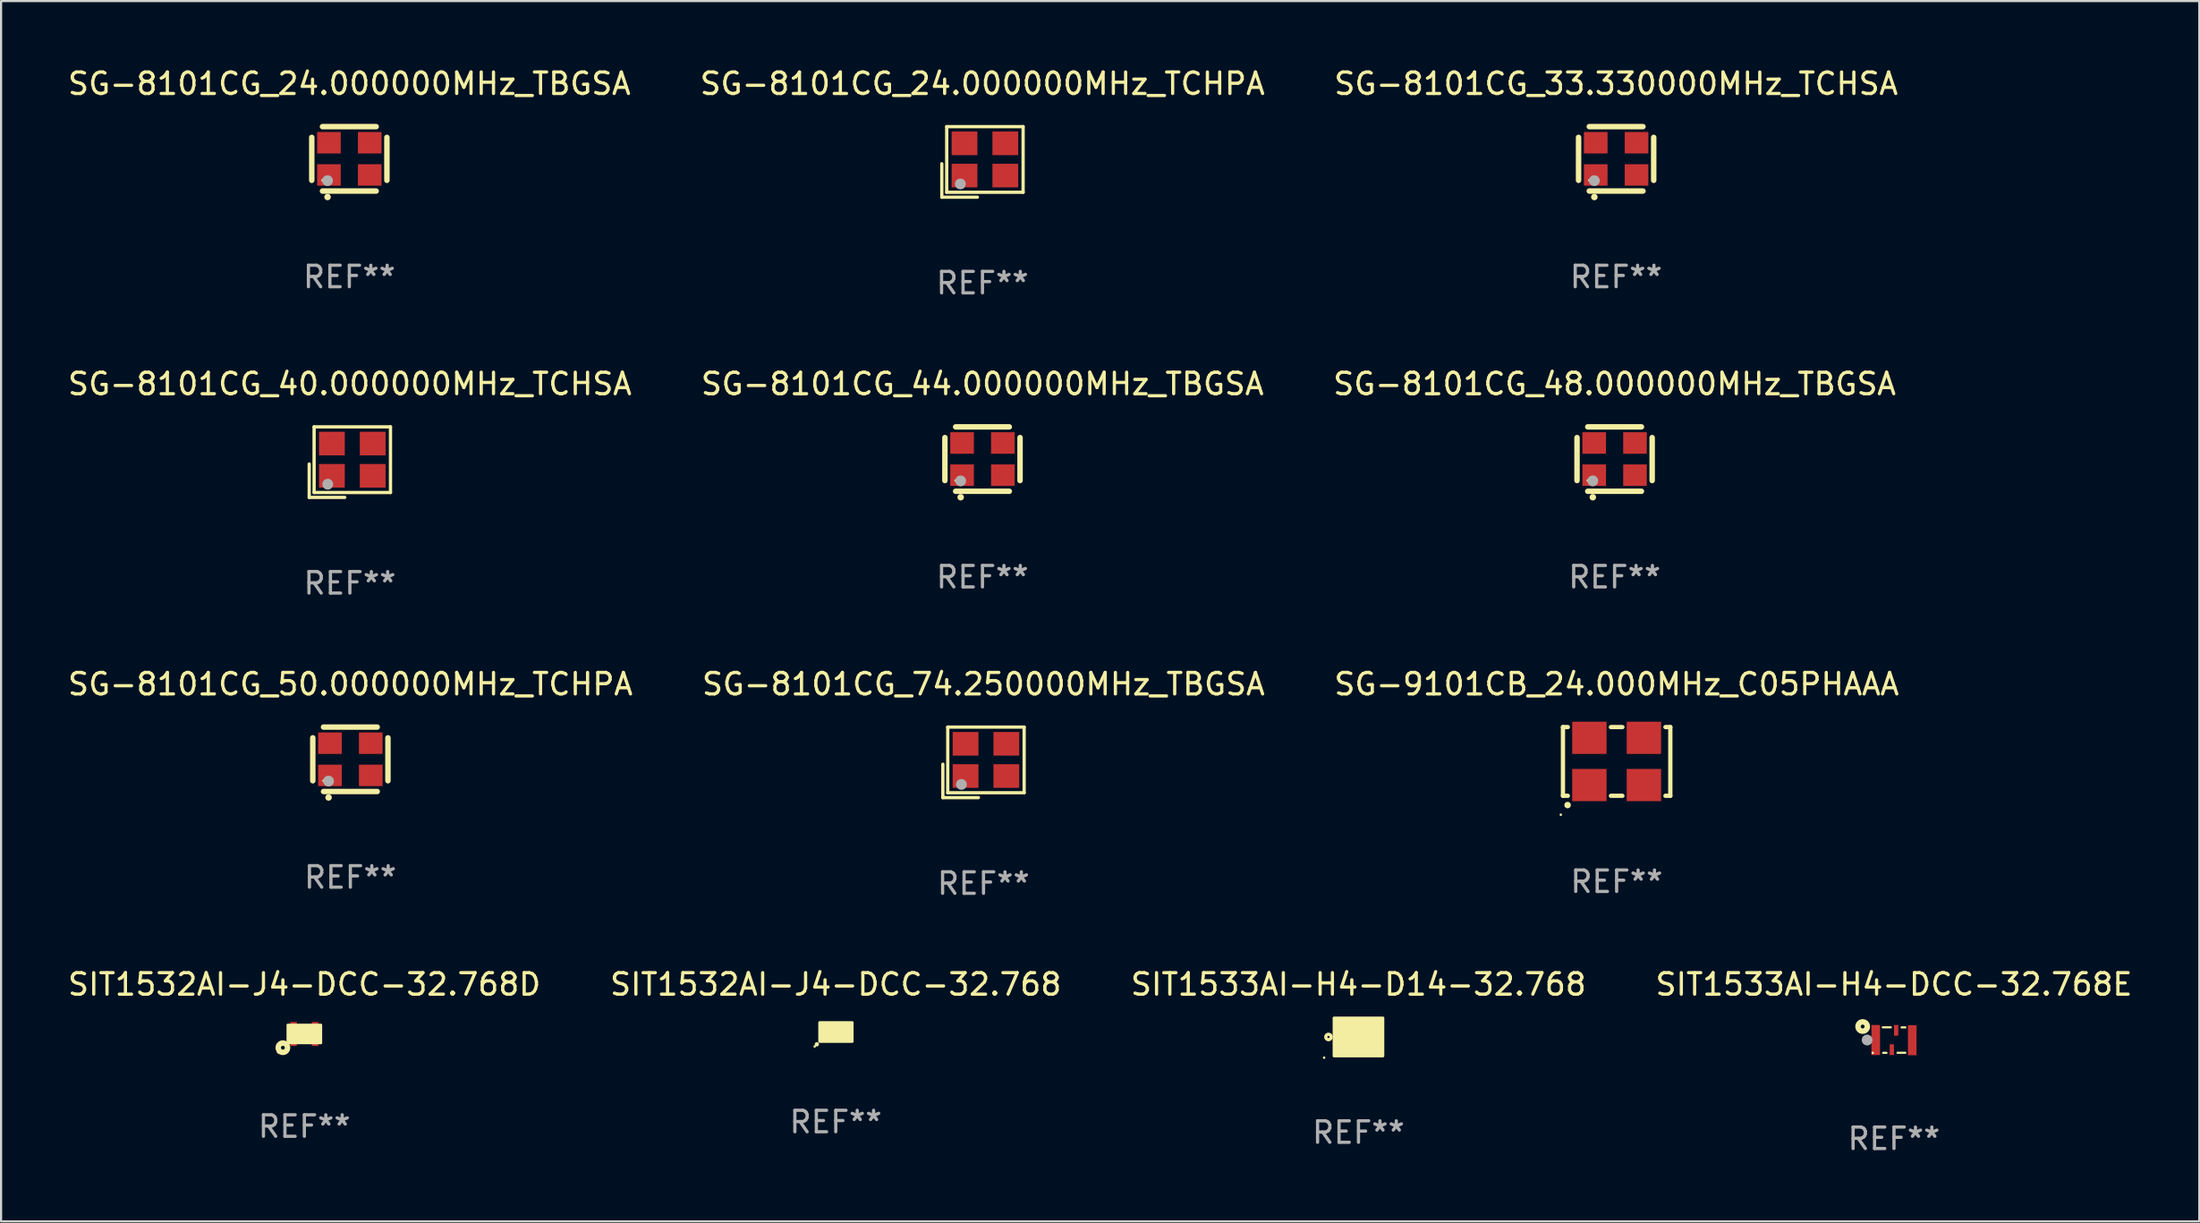
<source format=kicad_pcb>
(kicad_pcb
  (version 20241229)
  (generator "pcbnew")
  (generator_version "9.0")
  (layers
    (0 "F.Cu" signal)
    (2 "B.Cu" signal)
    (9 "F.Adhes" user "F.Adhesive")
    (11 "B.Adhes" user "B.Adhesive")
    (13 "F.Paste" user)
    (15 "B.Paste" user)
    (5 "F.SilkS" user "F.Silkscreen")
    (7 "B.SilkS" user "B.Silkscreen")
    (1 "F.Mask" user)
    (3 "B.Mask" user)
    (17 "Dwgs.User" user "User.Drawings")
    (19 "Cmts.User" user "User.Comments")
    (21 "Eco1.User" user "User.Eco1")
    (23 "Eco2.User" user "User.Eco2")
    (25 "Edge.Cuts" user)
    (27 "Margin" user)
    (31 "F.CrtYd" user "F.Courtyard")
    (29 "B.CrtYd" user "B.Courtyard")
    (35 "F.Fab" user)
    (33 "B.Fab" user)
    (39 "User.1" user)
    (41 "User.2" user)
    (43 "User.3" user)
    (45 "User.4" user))
  (footprint "SG-8101CG_24.000000MHz_TBGSA"
    (layer "F.Cu")
    (at 13.22 4.348)
    (property "Reference" "SG-8101CG_24.000000MHz_TBGSA" (at 0 -3.5 0) (layer "F.SilkS") (effects (font (size 1 1) (thickness 0.15))))
    (attr through_hole)
    (fp_line (start -1.75 -1) (end -1.75 1) (stroke (width 0.254) (type solid)) (layer "F.SilkS"))
    (fp_line (start -1.25 -1.5) (end 1.25 -1.5) (stroke (width 0.254) (type solid)) (layer "F.SilkS"))
    (fp_line (start -1.25 1.5) (end 1.25 1.5) (stroke (width 0.254) (type solid)) (layer "F.SilkS"))
    (fp_line (start 1.75 -1) (end 1.75 1) (stroke (width 0.254) (type solid)) (layer "F.SilkS"))
    (fp_arc (start -1.016002 1.778004) (mid -1.014732 1.777999) (end -1.013462 1.778004) (stroke (width 0.3) (type solid)) (layer "F.SilkS"))
    (fp_circle (center -1.25 1) (end -1.22 1) (stroke (width 0.06) (type solid)) (fill no) (layer "F.SilkS"))
    (fp_circle (center -1.016 1.016) (end -0.889 1.016) (stroke (width 0.254) (type solid)) (fill no) (layer "F.Fab"))
    (fp_text user "REF**" (at 0 5.5 0) (layer "F.Fab") (effects (font (size 1 1) (thickness 0.15))))
    (pad "1" smd rect (at -0.95 0.75) (size 1.1 1) (layers "F.Cu" "F.Mask" "F.Paste"))
    (pad "2" smd rect (at 0.95 0.75) (size 1.1 1) (layers "F.Cu" "F.Mask" "F.Paste"))
    (pad "3" smd rect (at 0.95 -0.75) (size 1.1 1) (layers "F.Cu" "F.Mask" "F.Paste"))
    (pad "4" smd rect (at -0.95 -0.75) (size 1.1 1) (layers "F.Cu" "F.Mask" "F.Paste")))
  (footprint "SG-8101CG_50.000000MHz_TCHPA"
    (layer "F.Cu")
    (at 13.268 32.314)
    (property "Reference" "SG-8101CG_50.000000MHz_TCHPA" (at 0 -3.5 0) (layer "F.SilkS") (effects (font (size 1 1) (thickness 0.15))))
    (attr through_hole)
    (fp_line (start -1.75 -1) (end -1.75 1) (stroke (width 0.254) (type solid)) (layer "F.SilkS"))
    (fp_line (start -1.25 -1.5) (end 1.25 -1.5) (stroke (width 0.254) (type solid)) (layer "F.SilkS"))
    (fp_line (start -1.25 1.5) (end 1.25 1.5) (stroke (width 0.254) (type solid)) (layer "F.SilkS"))
    (fp_line (start 1.75 -1) (end 1.75 1) (stroke (width 0.254) (type solid)) (layer "F.SilkS"))
    (fp_arc (start -1.016002 1.778004) (mid -1.014732 1.777999) (end -1.013462 1.778004) (stroke (width 0.3) (type solid)) (layer "F.SilkS"))
    (fp_circle (center -1.25 1) (end -1.22 1) (stroke (width 0.06) (type solid)) (fill no) (layer "F.SilkS"))
    (fp_circle (center -1.016 1.016) (end -0.889 1.016) (stroke (width 0.254) (type solid)) (fill no) (layer "F.Fab"))
    (fp_text user "REF**" (at 0 5.5 0) (layer "F.Fab") (effects (font (size 1 1) (thickness 0.15))))
    (pad "1" smd rect (at -0.95 0.75) (size 1.1 1) (layers "F.Cu" "F.Mask" "F.Paste"))
    (pad "2" smd rect (at 0.95 0.75) (size 1.1 1) (layers "F.Cu" "F.Mask" "F.Paste"))
    (pad "3" smd rect (at 0.95 -0.75) (size 1.1 1) (layers "F.Cu" "F.Mask" "F.Paste"))
    (pad "4" smd rect (at -0.95 -0.75) (size 1.1 1) (layers "F.Cu" "F.Mask" "F.Paste")))
  (footprint "SG-8101CG_74.250000MHz_TBGSA"
    (layer "F.Cu")
    (at 42.756 32.457)
    (property "Reference" "SG-8101CG_74.250000MHz_TBGSA" (at 0 -3.643 0) (layer "F.SilkS") (effects (font (size 1 1) (thickness 0.15))))
    (attr through_hole)
    (fp_line (start -1.893 0.086) (end -1.893 1.643) (stroke (width 0.152) (type solid)) (layer "F.SilkS"))
    (fp_line (start -1.893 1.643) (end -0.237 1.643) (stroke (width 0.152) (type solid)) (layer "F.SilkS"))
    (fp_line (start -1.665 -1.643) (end 1.893 -1.643) (stroke (width 0.152) (type solid)) (layer "F.SilkS"))
    (fp_line (start -1.665 1.414) (end -1.665 -1.643) (stroke (width 0.152) (type solid)) (layer "F.SilkS"))
    (fp_line (start 1.893 -1.643) (end 1.893 1.414) (stroke (width 0.152) (type solid)) (layer "F.SilkS"))
    (fp_line (start 1.893 1.414) (end -1.665 1.414) (stroke (width 0.152) (type solid)) (layer "F.SilkS"))
    (fp_circle (center -1.136 0.885) (end -1.106 0.885) (stroke (width 0.06) (type solid)) (fill no) (layer "F.SilkS"))
    (fp_circle (center -1.029 1.028) (end -0.902 1.028) (stroke (width 0.254) (type solid)) (fill no) (layer "F.Fab"))
    (fp_text user "REF**" (at 0 5.643 0) (layer "F.Fab") (effects (font (size 1 1) (thickness 0.15))))
    (pad "1" smd rect (at -0.836 0.636) (size 1.2 1.1) (layers "F.Cu" "F.Mask" "F.Paste"))
    (pad "2" smd rect (at 1.064 0.636) (size 1.2 1.1) (layers "F.Cu" "F.Mask" "F.Paste"))
    (pad "3" smd rect (at 1.064 -0.865) (size 1.2 1.1) (layers "F.Cu" "F.Mask" "F.Paste"))
    (pad "4" smd rect (at -0.836 -0.865) (size 1.2 1.1) (layers "F.Cu" "F.Mask" "F.Paste")))
  (footprint "SIT1532AI-J4-DCC-32.768"
    (layer "F.Cu")
    (at 35.875 45.002)
    (property "Reference" "SIT1532AI-J4-DCC-32.768" (at 0 -2.205 0) (layer "F.SilkS") (effects (font (size 1 1) (thickness 0.15))))
    (attr through_hole)
    (fp_circle (center -0.981 0.686) (end -0.951 0.686) (stroke (width 0.06) (type solid)) (fill no) (layer "F.SilkS"))
    (fp_circle (center -0.881 0.586) (end -0.831 0.586) (stroke (width 0.1) (type solid)) (fill no) (layer "F.SilkS"))
    (fp_poly (pts (xy -0.754 -0.43) (xy 0.77 -0.43) (xy 0.77 0.459) (xy -0.754 0.459)) (stroke (width 0.12) (type solid)) (fill yes) (layer "F.SilkS"))
    (fp_text user "REF**" (at 0 4.205 0) (layer "F.Fab") (effects (font (size 1 1) (thickness 0.15))))
    (pad "1" smd circle (at -0.5 0.205) (size 0.25 0.25) (layers "F.Cu" "F.Mask" "F.Paste"))
    (pad "2" smd circle (at 0.5 0.205) (size 0.25 0.25) (layers "F.Cu" "F.Mask" "F.Paste"))
    (pad "3" smd circle (at 0.5 -0.205) (size 0.25 0.25) (layers "F.Cu" "F.Mask" "F.Paste"))
    (pad "4" smd circle (at -0.5 -0.205) (size 0.25 0.25) (layers "F.Cu" "F.Mask" "F.Paste")))
  (footprint "SG-8101CG_24.000000MHz_TCHPA"
    (layer "F.Cu")
    (at 42.708 4.491)
    (property "Reference" "SG-8101CG_24.000000MHz_TCHPA" (at 0 -3.643 0) (layer "F.SilkS") (effects (font (size 1 1) (thickness 0.15))))
    (attr through_hole)
    (fp_line (start -1.893 0.086) (end -1.893 1.643) (stroke (width 0.152) (type solid)) (layer "F.SilkS"))
    (fp_line (start -1.893 1.643) (end -0.237 1.643) (stroke (width 0.152) (type solid)) (layer "F.SilkS"))
    (fp_line (start -1.665 -1.643) (end 1.893 -1.643) (stroke (width 0.152) (type solid)) (layer "F.SilkS"))
    (fp_line (start -1.665 1.414) (end -1.665 -1.643) (stroke (width 0.152) (type solid)) (layer "F.SilkS"))
    (fp_line (start 1.893 -1.643) (end 1.893 1.414) (stroke (width 0.152) (type solid)) (layer "F.SilkS"))
    (fp_line (start 1.893 1.414) (end -1.665 1.414) (stroke (width 0.152) (type solid)) (layer "F.SilkS"))
    (fp_circle (center -1.136 0.885) (end -1.106 0.885) (stroke (width 0.06) (type solid)) (fill no) (layer "F.SilkS"))
    (fp_circle (center -1.029 1.028) (end -0.902 1.028) (stroke (width 0.254) (type solid)) (fill no) (layer "F.Fab"))
    (fp_text user "REF**" (at 0 5.643 0) (layer "F.Fab") (effects (font (size 1 1) (thickness 0.15))))
    (pad "1" smd rect (at -0.836 0.636) (size 1.2 1.1) (layers "F.Cu" "F.Mask" "F.Paste"))
    (pad "2" smd rect (at 1.064 0.636) (size 1.2 1.1) (layers "F.Cu" "F.Mask" "F.Paste"))
    (pad "3" smd rect (at 1.064 -0.865) (size 1.2 1.1) (layers "F.Cu" "F.Mask" "F.Paste"))
    (pad "4" smd rect (at -0.836 -0.865) (size 1.2 1.1) (layers "F.Cu" "F.Mask" "F.Paste")))
  (footprint "SG-9101CB_24.000MHz_C05PHAAA"
    (layer "F.Cu")
    (at 72.244 32.414)
    (property "Reference" "SG-9101CB_24.000MHz_C05PHAAA" (at 0 -3.6 0) (layer "F.SilkS") (effects (font (size 1 1) (thickness 0.15))))
    (attr through_hole)
    (fp_line (start -2.5 -1.6) (end -2.274 -1.6) (stroke (width 0.2) (type solid)) (layer "F.SilkS"))
    (fp_line (start -2.5 1.6) (end -2.5 -1.6) (stroke (width 0.2) (type solid)) (layer "F.SilkS"))
    (fp_line (start -2.5 1.6) (end -2.274 1.6) (stroke (width 0.2) (type solid)) (layer "F.SilkS"))
    (fp_line (start -0.266 -1.6) (end 0.266 -1.6) (stroke (width 0.2) (type solid)) (layer "F.SilkS"))
    (fp_line (start -0.266 1.6) (end 0.266 1.6) (stroke (width 0.2) (type solid)) (layer "F.SilkS"))
    (fp_line (start 2.274 -1.6) (end 2.5 -1.6) (stroke (width 0.2) (type solid)) (layer "F.SilkS"))
    (fp_line (start 2.274 1.6) (end 2.5 1.6) (stroke (width 0.2) (type solid)) (layer "F.SilkS"))
    (fp_line (start 2.5 1.6) (end 2.5 -1.6) (stroke (width 0.2) (type solid)) (layer "F.SilkS"))
    (fp_arc (start -2.286005 2.032004) (mid -2.284735 2.031999) (end -2.283465 2.032004) (stroke (width 0.3) (type solid)) (layer "F.SilkS"))
    (fp_circle (center -2.6 2.482) (end -2.57 2.482) (stroke (width 0.06) (type solid)) (fill no) (layer "F.SilkS"))
    (fp_text user "REF**" (at 0 5.6 0) (layer "F.Fab") (effects (font (size 1 1) (thickness 0.15))))
    (pad "1" smd rect (at -1.27 1.1 90) (size 1.5 1.6) (layers "F.Cu" "F.Mask" "F.Paste"))
    (pad "2" smd rect (at 1.27 1.1 90) (size 1.5 1.6) (layers "F.Cu" "F.Mask" "F.Paste"))
    (pad "3" smd rect (at 1.27 -1.1 90) (size 1.5 1.6) (layers "F.Cu" "F.Mask" "F.Paste"))
    (pad "4" smd rect (at -1.27 -1.1 90) (size 1.5 1.6) (layers "F.Cu" "F.Mask" "F.Paste")))
  (footprint "SIT1532AI-J4-DCC-32.768D"
    (layer "F.Cu")
    (at 11.125 45.107)
    (property "Reference" "SIT1532AI-J4-DCC-32.768D" (at 0 -2.31 0) (layer "F.SilkS") (effects (font (size 1 1) (thickness 0.15))))
    (attr through_hole)
    (fp_circle (center -1.217 0.857) (end -1.187 0.857) (stroke (width 0.06) (type solid)) (fill no) (layer "F.SilkS"))
    (fp_circle (center -1 0.64) (end -0.91 0.64) (stroke (width 0.254) (type solid)) (fill no) (layer "F.SilkS"))
    (fp_poly (pts (xy -0.77 -0.42) (xy 0.77 -0.42) (xy 0.77 0.42) (xy -0.77 0.42)) (stroke (width 0.12) (type solid)) (fill yes) (layer "F.SilkS"))
    (fp_text user "REF**" (at 0 4.31 0) (layer "F.Fab") (effects (font (size 1 1) (thickness 0.15))))
    (pad "1" smd rect (at -0.5 0.31 90) (size 0.5 0.3) (layers "F.Cu" "F.Mask" "F.Paste"))
    (pad "2" smd rect (at 0.5 0.31 90) (size 0.5 0.3) (layers "F.Cu" "F.Mask" "F.Paste"))
    (pad "3" smd rect (at 0.5 -0.31 90) (size 0.5 0.3) (layers "F.Cu" "F.Mask" "F.Paste"))
    (pad "4" smd rect (at -0.5 -0.31 90) (size 0.5 0.3) (layers "F.Cu" "F.Mask" "F.Paste")))
  (footprint "SIT1533AI-H4-DCC-32.768E"
    (layer "F.Cu")
    (at 85.161 45.392)
    (property "Reference" "SIT1533AI-H4-DCC-32.768E" (at 0 -2.595 0) (layer "F.SilkS") (effects (font (size 1 1) (thickness 0.15))))
    (attr through_hole)
    (fp_line (start -0.524 -0.595) (end -0.149 -0.595) (stroke (width 0.1) (type solid)) (layer "F.SilkS"))
    (fp_line (start -0.506 0.595) (end -0.35 0.595) (stroke (width 0.1) (type solid)) (layer "F.SilkS"))
    (fp_line (start 0.164 0.59) (end 0.53 0.59) (stroke (width 0.1) (type solid)) (layer "F.SilkS"))
    (fp_line (start 0.354 -0.591) (end 0.53 -0.591) (stroke (width 0.1) (type solid)) (layer "F.SilkS"))
    (fp_circle (center -1.458 -0.632) (end -1.368 -0.632) (stroke (width 0.254) (type solid)) (fill no) (layer "F.SilkS"))
    (fp_circle (center -0.99 0.596) (end -0.96 0.596) (stroke (width 0.06) (type solid)) (fill no) (layer "F.SilkS"))
    (fp_circle (center -1.25 -0.003) (end -1.123 -0.003) (stroke (width 0.254) (type solid)) (fill no) (layer "F.Fab"))
    (fp_text user "REF**" (at 0 4.595 0) (layer "F.Fab") (effects (font (size 1 1) (thickness 0.15))))
    (pad "1" smd rect (at -0.85 -0.003) (size 0.4 1.4) (layers "F.Cu" "F.Mask" "F.Paste"))
    (pad "2" smd rect (at -0.1 0.447) (size 0.2 0.5) (layers "F.Cu" "F.Mask" "F.Paste"))
    (pad "3" smd rect (at 0.85 0.006) (size 0.4 1.4) (layers "F.Cu" "F.Mask" "F.Paste"))
    (pad "4" smd rect (at 0.1 -0.454) (size 0.2 0.5) (layers "F.Cu" "F.Mask" "F.Paste")))
  (footprint "SG-8101CG_33.330000MHz_TCHSA"
    (layer "F.Cu")
    (at 72.22 4.348)
    (property "Reference" "SG-8101CG_33.330000MHz_TCHSA" (at 0 -3.5 0) (layer "F.SilkS") (effects (font (size 1 1) (thickness 0.15))))
    (attr through_hole)
    (fp_line (start -1.75 -1) (end -1.75 1) (stroke (width 0.254) (type solid)) (layer "F.SilkS"))
    (fp_line (start -1.25 -1.5) (end 1.25 -1.5) (stroke (width 0.254) (type solid)) (layer "F.SilkS"))
    (fp_line (start -1.25 1.5) (end 1.25 1.5) (stroke (width 0.254) (type solid)) (layer "F.SilkS"))
    (fp_line (start 1.75 -1) (end 1.75 1) (stroke (width 0.254) (type solid)) (layer "F.SilkS"))
    (fp_arc (start -1.016002 1.778004) (mid -1.014732 1.777999) (end -1.013462 1.778004) (stroke (width 0.3) (type solid)) (layer "F.SilkS"))
    (fp_circle (center -1.25 1) (end -1.22 1) (stroke (width 0.06) (type solid)) (fill no) (layer "F.SilkS"))
    (fp_circle (center -1.016 1.016) (end -0.889 1.016) (stroke (width 0.254) (type solid)) (fill no) (layer "F.Fab"))
    (fp_text user "REF**" (at 0 5.5 0) (layer "F.Fab") (effects (font (size 1 1) (thickness 0.15))))
    (pad "1" smd rect (at -0.95 0.75) (size 1.1 1) (layers "F.Cu" "F.Mask" "F.Paste"))
    (pad "2" smd rect (at 0.95 0.75) (size 1.1 1) (layers "F.Cu" "F.Mask" "F.Paste"))
    (pad "3" smd rect (at 0.95 -0.75) (size 1.1 1) (layers "F.Cu" "F.Mask" "F.Paste"))
    (pad "4" smd rect (at -0.95 -0.75) (size 1.1 1) (layers "F.Cu" "F.Mask" "F.Paste")))
  (footprint "SG-8101CG_44.000000MHz_TBGSA"
    (layer "F.Cu")
    (at 42.708 18.331)
    (property "Reference" "SG-8101CG_44.000000MHz_TBGSA" (at 0 -3.5 0) (layer "F.SilkS") (effects (font (size 1 1) (thickness 0.15))))
    (attr through_hole)
    (fp_line (start -1.75 -1) (end -1.75 1) (stroke (width 0.254) (type solid)) (layer "F.SilkS"))
    (fp_line (start -1.25 -1.5) (end 1.25 -1.5) (stroke (width 0.254) (type solid)) (layer "F.SilkS"))
    (fp_line (start -1.25 1.5) (end 1.25 1.5) (stroke (width 0.254) (type solid)) (layer "F.SilkS"))
    (fp_line (start 1.75 -1) (end 1.75 1) (stroke (width 0.254) (type solid)) (layer "F.SilkS"))
    (fp_arc (start -1.016002 1.778004) (mid -1.014732 1.777999) (end -1.013462 1.778004) (stroke (width 0.3) (type solid)) (layer "F.SilkS"))
    (fp_circle (center -1.25 1) (end -1.22 1) (stroke (width 0.06) (type solid)) (fill no) (layer "F.SilkS"))
    (fp_circle (center -1.016 1.016) (end -0.889 1.016) (stroke (width 0.254) (type solid)) (fill no) (layer "F.Fab"))
    (fp_text user "REF**" (at 0 5.5 0) (layer "F.Fab") (effects (font (size 1 1) (thickness 0.15))))
    (pad "1" smd rect (at -0.95 0.75) (size 1.1 1) (layers "F.Cu" "F.Mask" "F.Paste"))
    (pad "2" smd rect (at 0.95 0.75) (size 1.1 1) (layers "F.Cu" "F.Mask" "F.Paste"))
    (pad "3" smd rect (at 0.95 -0.75) (size 1.1 1) (layers "F.Cu" "F.Mask" "F.Paste"))
    (pad "4" smd rect (at -0.95 -0.75) (size 1.1 1) (layers "F.Cu" "F.Mask" "F.Paste")))
  (footprint "SG-8101CG_40.000000MHz_TCHSA"
    (layer "F.Cu")
    (at 13.244 18.474)
    (property "Reference" "SG-8101CG_40.000000MHz_TCHSA" (at 0 -3.643 0) (layer "F.SilkS") (effects (font (size 1 1) (thickness 0.15))))
    (attr through_hole)
    (fp_line (start -1.893 0.086) (end -1.893 1.643) (stroke (width 0.152) (type solid)) (layer "F.SilkS"))
    (fp_line (start -1.893 1.643) (end -0.237 1.643) (stroke (width 0.152) (type solid)) (layer "F.SilkS"))
    (fp_line (start -1.665 -1.643) (end 1.893 -1.643) (stroke (width 0.152) (type solid)) (layer "F.SilkS"))
    (fp_line (start -1.665 1.414) (end -1.665 -1.643) (stroke (width 0.152) (type solid)) (layer "F.SilkS"))
    (fp_line (start 1.893 -1.643) (end 1.893 1.414) (stroke (width 0.152) (type solid)) (layer "F.SilkS"))
    (fp_line (start 1.893 1.414) (end -1.665 1.414) (stroke (width 0.152) (type solid)) (layer "F.SilkS"))
    (fp_circle (center -1.136 0.885) (end -1.106 0.885) (stroke (width 0.06) (type solid)) (fill no) (layer "F.SilkS"))
    (fp_circle (center -1.029 1.028) (end -0.902 1.028) (stroke (width 0.254) (type solid)) (fill no) (layer "F.Fab"))
    (fp_text user "REF**" (at 0 5.643 0) (layer "F.Fab") (effects (font (size 1 1) (thickness 0.15))))
    (pad "1" smd rect (at -0.836 0.636) (size 1.2 1.1) (layers "F.Cu" "F.Mask" "F.Paste"))
    (pad "2" smd rect (at 1.064 0.636) (size 1.2 1.1) (layers "F.Cu" "F.Mask" "F.Paste"))
    (pad "3" smd rect (at 1.064 -0.865) (size 1.2 1.1) (layers "F.Cu" "F.Mask" "F.Paste"))
    (pad "4" smd rect (at -0.836 -0.865) (size 1.2 1.1) (layers "F.Cu" "F.Mask" "F.Paste")))
  (footprint "SIT1533AI-H4-D14-32.768"
    (layer "F.Cu")
    (at 60.22 45.247)
    (property "Reference" "SIT1533AI-H4-D14-32.768" (at 0 -2.45 0) (layer "F.SilkS") (effects (font (size 1 1) (thickness 0.15))))
    (attr through_hole)
    (fp_circle (center -1.599 0.964) (end -1.569 0.964) (stroke (width 0.06) (type solid)) (fill no) (layer "F.SilkS"))
    (fp_circle (center -1.397 0) (end -1.27 0) (stroke (width 0.15) (type solid)) (fill no) (layer "F.SilkS"))
    (fp_poly (pts (xy -1.143 -0.889) (xy 1.143 -0.889) (xy 1.143 0.889) (xy -1.143 0.889)) (stroke (width 0.12) (type solid)) (fill yes) (layer "F.SilkS"))
    (fp_text user "REF**" (at 0 4.45 0) (layer "F.Fab") (effects (font (size 1 1) (thickness 0.15))))
    (pad "1" smd rect (at -0.8 0 90) (size 1.5 0.5) (layers "F.Cu" "F.Mask" "F.Paste"))
    (pad "2" smd rect (at -0.1 0.45 180) (size 0.3 0.5) (layers "F.Cu" "F.Mask" "F.Paste"))
    (pad "3" smd rect (at 0.8 0 90) (size 1.5 0.5) (layers "F.Cu" "F.Mask" "F.Paste"))
    (pad "4" smd rect (at 0.1 -0.45 180) (size 0.3 0.5) (layers "F.Cu" "F.Mask" "F.Paste")))
  (footprint "SG-8101CG_48.000000MHz_TBGSA"
    (layer "F.Cu")
    (at 72.149 18.331)
    (property "Reference" "SG-8101CG_48.000000MHz_TBGSA" (at 0 -3.5 0) (layer "F.SilkS") (effects (font (size 1 1) (thickness 0.15))))
    (attr through_hole)
    (fp_line (start -1.75 -1) (end -1.75 1) (stroke (width 0.254) (type solid)) (layer "F.SilkS"))
    (fp_line (start -1.25 -1.5) (end 1.25 -1.5) (stroke (width 0.254) (type solid)) (layer "F.SilkS"))
    (fp_line (start -1.25 1.5) (end 1.25 1.5) (stroke (width 0.254) (type solid)) (layer "F.SilkS"))
    (fp_line (start 1.75 -1) (end 1.75 1) (stroke (width 0.254) (type solid)) (layer "F.SilkS"))
    (fp_arc (start -1.016002 1.778004) (mid -1.014732 1.777999) (end -1.013462 1.778004) (stroke (width 0.3) (type solid)) (layer "F.SilkS"))
    (fp_circle (center -1.25 1) (end -1.22 1) (stroke (width 0.06) (type solid)) (fill no) (layer "F.SilkS"))
    (fp_circle (center -1.016 1.016) (end -0.889 1.016) (stroke (width 0.254) (type solid)) (fill no) (layer "F.Fab"))
    (fp_text user "REF**" (at 0 5.5 0) (layer "F.Fab") (effects (font (size 1 1) (thickness 0.15))))
    (pad "1" smd rect (at -0.95 0.75) (size 1.1 1) (layers "F.Cu" "F.Mask" "F.Paste"))
    (pad "2" smd rect (at 0.95 0.75) (size 1.1 1) (layers "F.Cu" "F.Mask" "F.Paste"))
    (pad "3" smd rect (at 0.95 -0.75) (size 1.1 1) (layers "F.Cu" "F.Mask" "F.Paste"))
    (pad "4" smd rect (at -0.95 -0.75) (size 1.1 1) (layers "F.Cu" "F.Mask" "F.Paste")))
  (gr_rect
    (start -3 -3)
    (end 99.381 53.835)
    (stroke (width 0.1) (type default))
    (fill no)
    (layer "Edge.Cuts")))
</source>
